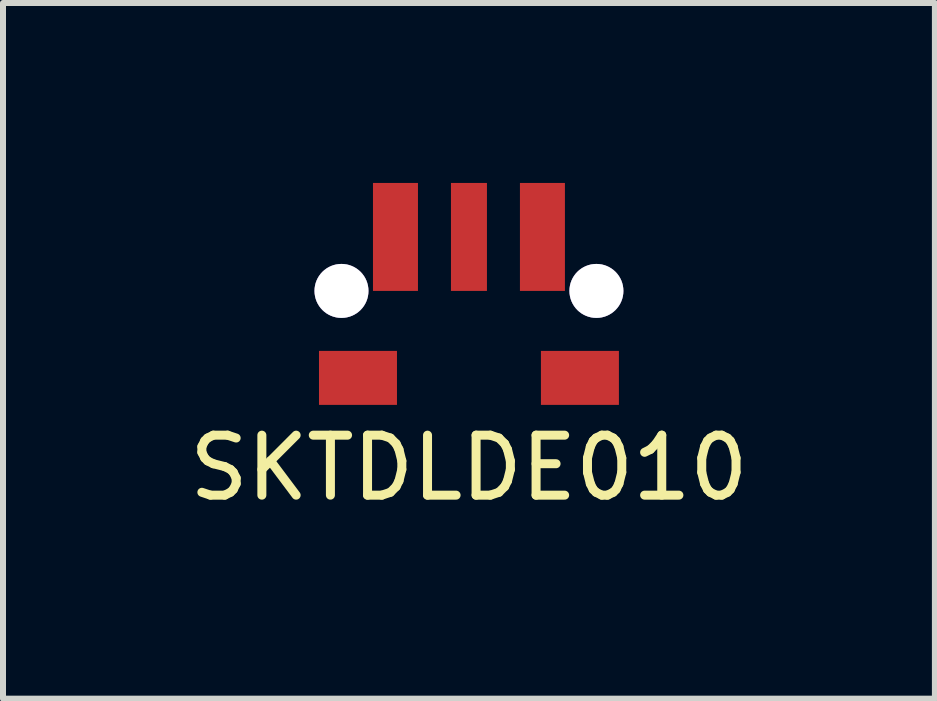
<source format=kicad_pcb>
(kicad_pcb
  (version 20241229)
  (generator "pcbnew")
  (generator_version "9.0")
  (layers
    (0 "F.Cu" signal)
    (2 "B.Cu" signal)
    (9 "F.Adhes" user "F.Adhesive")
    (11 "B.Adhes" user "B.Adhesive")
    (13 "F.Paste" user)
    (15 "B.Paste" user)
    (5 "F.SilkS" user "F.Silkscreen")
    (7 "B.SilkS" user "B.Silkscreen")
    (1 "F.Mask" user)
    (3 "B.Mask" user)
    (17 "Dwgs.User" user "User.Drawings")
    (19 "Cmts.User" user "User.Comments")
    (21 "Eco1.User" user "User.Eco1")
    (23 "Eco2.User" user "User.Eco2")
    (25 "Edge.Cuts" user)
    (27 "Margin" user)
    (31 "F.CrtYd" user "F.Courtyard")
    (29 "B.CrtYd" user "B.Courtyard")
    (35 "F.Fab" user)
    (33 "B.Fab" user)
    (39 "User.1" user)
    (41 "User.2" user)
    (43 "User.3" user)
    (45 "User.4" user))
  (footprint "SKTDLDE010"
    (layer "F.Cu")
    (at 4.768 3.25)
    (property "Reference" "SKTDLDE010" (at 0 1.5 0) (layer "F.SilkS") (effects (font (size 1 1) (thickness 0.15))))
    (attr through_hole)
    (pad "1" thru_hole circle (at -2.125 -1.45 90) (size 0.9 0.9) (drill 0.9) (layers "*.Cu" "*.Mask"))
    (pad "1" smd rect (at -1.85 0) (size 1.3 0.9) (layers "F.Cu" "F.Mask" "F.Paste"))
    (pad "1" smd rect (at -1.225 -2.35 90) (size 1.8 0.75) (layers "F.Cu" "F.Mask" "F.Paste"))
    (pad "2" smd rect (at 0 -2.35 90) (size 1.8 0.6) (layers "F.Cu" "F.Mask" "F.Paste"))
    (pad "3" smd rect (at 1.225 -2.35 90) (size 1.8 0.75) (layers "F.Cu" "F.Mask" "F.Paste"))
    (pad "3" smd rect (at 1.85 0) (size 1.3 0.9) (layers "F.Cu" "F.Mask" "F.Paste"))
    (pad "3" thru_hole circle (at 2.125 -1.45 90) (size 0.9 0.9) (drill 0.9) (layers "*.Cu" "*.Mask")))
  (gr_rect
    (start -3 -3)
    (end 12.536 8.598)
    (stroke (width 0.1) (type default))
    (fill no)
    (layer "Edge.Cuts")))
</source>
